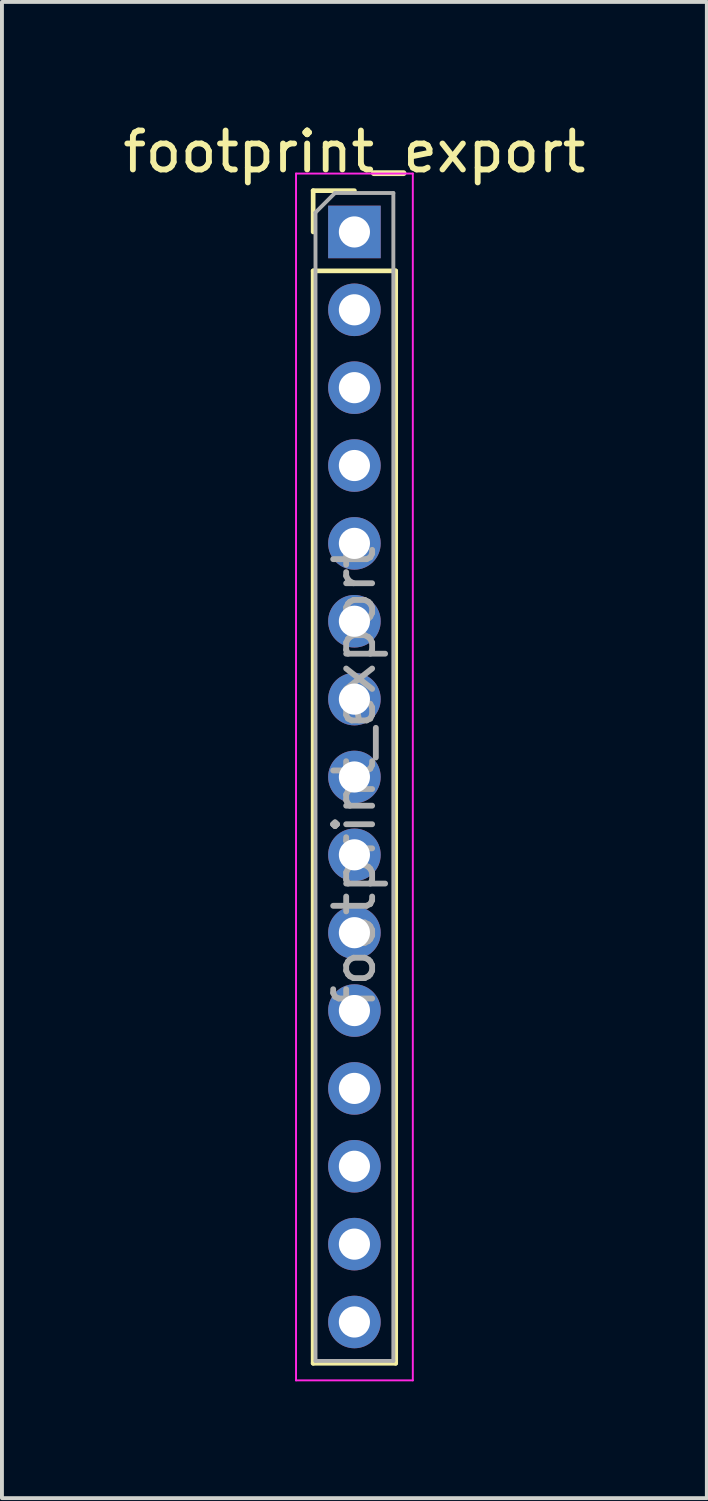
<source format=kicad_pcb>
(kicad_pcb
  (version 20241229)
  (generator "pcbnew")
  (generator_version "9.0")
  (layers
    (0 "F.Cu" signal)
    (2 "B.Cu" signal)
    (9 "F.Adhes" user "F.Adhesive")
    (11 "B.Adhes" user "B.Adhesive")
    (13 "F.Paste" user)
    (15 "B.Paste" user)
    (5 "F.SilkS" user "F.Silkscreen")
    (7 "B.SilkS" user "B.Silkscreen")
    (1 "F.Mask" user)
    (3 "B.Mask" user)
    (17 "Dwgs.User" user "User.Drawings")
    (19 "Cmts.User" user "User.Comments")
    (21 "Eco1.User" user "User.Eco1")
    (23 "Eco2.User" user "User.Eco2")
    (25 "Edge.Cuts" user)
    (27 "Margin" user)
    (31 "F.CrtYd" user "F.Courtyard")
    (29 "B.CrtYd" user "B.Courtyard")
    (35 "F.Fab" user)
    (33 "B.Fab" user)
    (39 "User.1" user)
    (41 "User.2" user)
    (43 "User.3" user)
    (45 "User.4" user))
  (footprint "footprint_export"
    (layer "F.Cu")
    (at 6.054 2.908)
    (property "Reference" "footprint_export" (at 0 -2.06 0) (layer "F.SilkS") (effects (font (size 1 1) (thickness 0.15))))
    (attr through_hole)
    (fp_line (start -1.06 -1.06) (end 0 -1.06) (stroke (width 0.12) (type solid)) (layer "F.SilkS"))
    (fp_line (start -1.06 0) (end -1.06 -1.06) (stroke (width 0.12) (type solid)) (layer "F.SilkS"))
    (fp_line (start -1.06 1) (end -1.06 29.06) (stroke (width 0.12) (type solid)) (layer "F.SilkS"))
    (fp_line (start -1.06 1) (end 1.06 1) (stroke (width 0.12) (type solid)) (layer "F.SilkS"))
    (fp_line (start -1.06 29.06) (end 1.06 29.06) (stroke (width 0.12) (type solid)) (layer "F.SilkS"))
    (fp_line (start 1.06 1) (end 1.06 29.06) (stroke (width 0.12) (type solid)) (layer "F.SilkS"))
    (fp_line (start -1.5 -1.5) (end -1.5 29.5) (stroke (width 0.05) (type solid)) (layer "F.CrtYd"))
    (fp_line (start -1.5 29.5) (end 1.5 29.5) (stroke (width 0.05) (type solid)) (layer "F.CrtYd"))
    (fp_line (start 1.5 -1.5) (end -1.5 -1.5) (stroke (width 0.05) (type solid)) (layer "F.CrtYd"))
    (fp_line (start 1.5 29.5) (end 1.5 -1.5) (stroke (width 0.05) (type solid)) (layer "F.CrtYd"))
    (fp_line (start -1 -0.5) (end -0.5 -1) (stroke (width 0.1) (type solid)) (layer "F.Fab"))
    (fp_line (start -1 29) (end -1 -0.5) (stroke (width 0.1) (type solid)) (layer "F.Fab"))
    (fp_line (start -0.5 -1) (end 1 -1) (stroke (width 0.1) (type solid)) (layer "F.Fab"))
    (fp_line (start 1 -1) (end 1 29) (stroke (width 0.1) (type solid)) (layer "F.Fab"))
    (fp_line (start 1 29) (end -1 29) (stroke (width 0.1) (type solid)) (layer "F.Fab"))
    (fp_text user "${REFERENCE}" (at 0 14 90) (layer "F.Fab") (effects (font (size 1 1) (thickness 0.15))))
    (pad "1" thru_hole rect (at 0 0) (size 1.35 1.35) (drill 0.8) (layers "*.Cu" "*.Mask"))
    (pad "2" thru_hole oval (at 0 2) (size 1.35 1.35) (drill 0.8) (layers "*.Cu" "*.Mask"))
    (pad "3" thru_hole oval (at 0 4) (size 1.35 1.35) (drill 0.8) (layers "*.Cu" "*.Mask"))
    (pad "4" thru_hole oval (at 0 6) (size 1.35 1.35) (drill 0.8) (layers "*.Cu" "*.Mask"))
    (pad "5" thru_hole oval (at 0 8) (size 1.35 1.35) (drill 0.8) (layers "*.Cu" "*.Mask"))
    (pad "6" thru_hole oval (at 0 10) (size 1.35 1.35) (drill 0.8) (layers "*.Cu" "*.Mask"))
    (pad "7" thru_hole oval (at 0 12) (size 1.35 1.35) (drill 0.8) (layers "*.Cu" "*.Mask"))
    (pad "8" thru_hole oval (at 0 14) (size 1.35 1.35) (drill 0.8) (layers "*.Cu" "*.Mask"))
    (pad "9" thru_hole oval (at 0 16) (size 1.35 1.35) (drill 0.8) (layers "*.Cu" "*.Mask"))
    (pad "10" thru_hole oval (at 0 18) (size 1.35 1.35) (drill 0.8) (layers "*.Cu" "*.Mask"))
    (pad "11" thru_hole oval (at 0 20) (size 1.35 1.35) (drill 0.8) (layers "*.Cu" "*.Mask"))
    (pad "12" thru_hole oval (at 0 22) (size 1.35 1.35) (drill 0.8) (layers "*.Cu" "*.Mask"))
    (pad "13" thru_hole oval (at 0 24) (size 1.35 1.35) (drill 0.8) (layers "*.Cu" "*.Mask"))
    (pad "14" thru_hole oval (at 0 26) (size 1.35 1.35) (drill 0.8) (layers "*.Cu" "*.Mask"))
    (pad "15" thru_hole oval (at 0 28) (size 1.35 1.35) (drill 0.8) (layers "*.Cu" "*.Mask")))
  (gr_rect
    (start -3 -3)
    (end 15.107 35.433)
    (stroke (width 0.1) (type default))
    (fill no)
    (layer "Edge.Cuts")))
</source>
